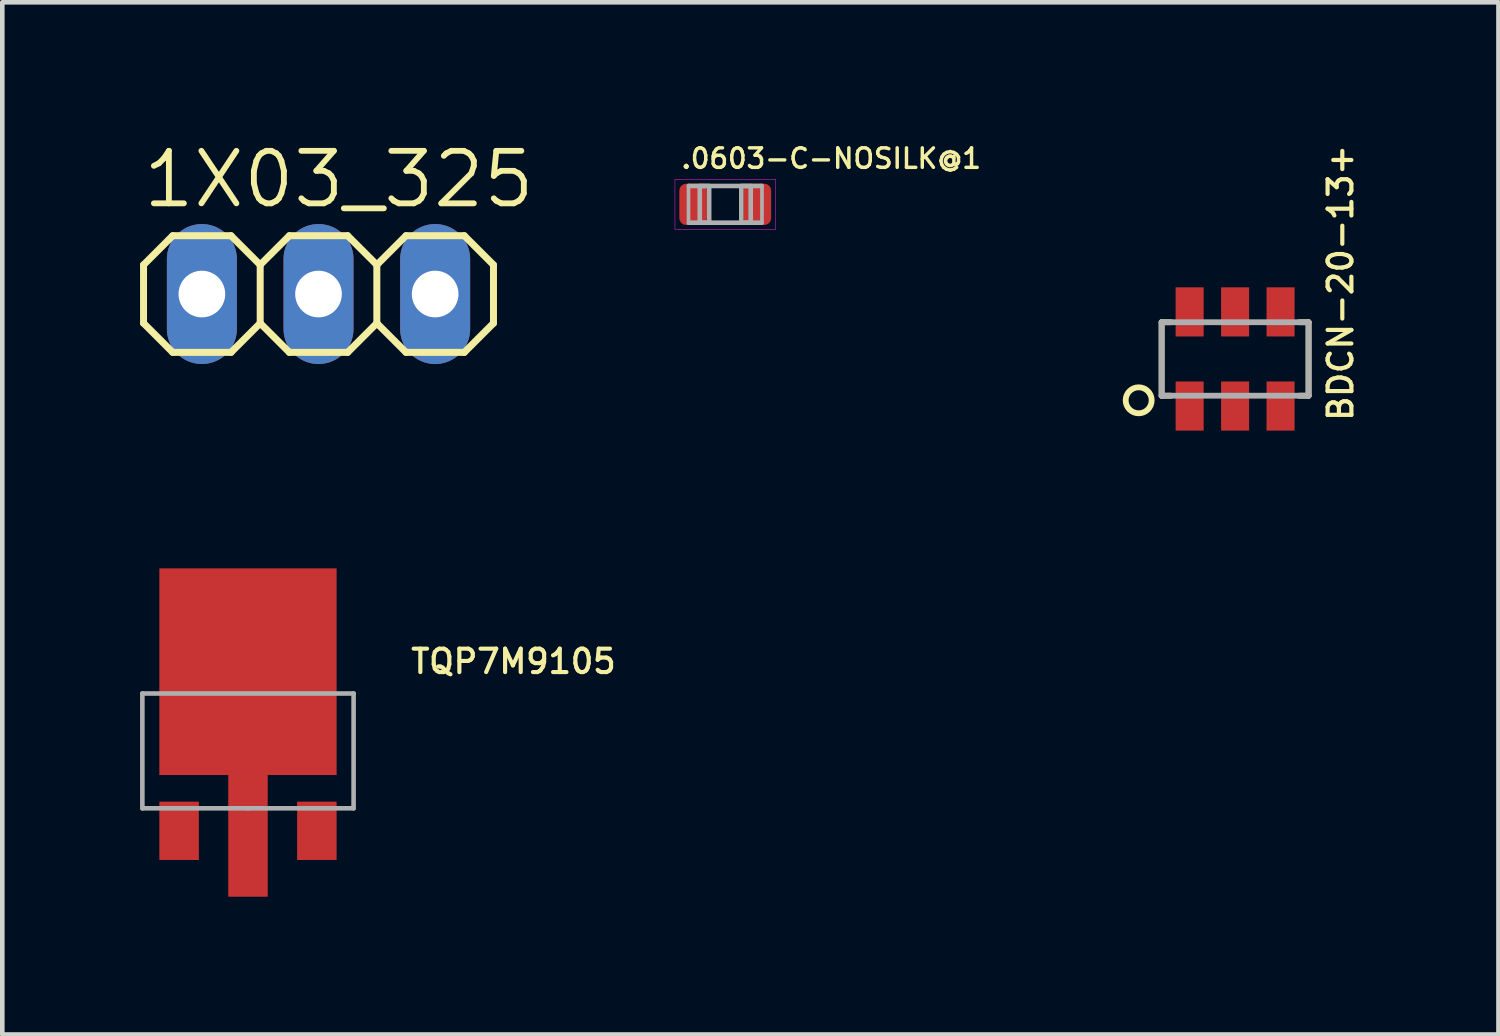
<source format=kicad_pcb>
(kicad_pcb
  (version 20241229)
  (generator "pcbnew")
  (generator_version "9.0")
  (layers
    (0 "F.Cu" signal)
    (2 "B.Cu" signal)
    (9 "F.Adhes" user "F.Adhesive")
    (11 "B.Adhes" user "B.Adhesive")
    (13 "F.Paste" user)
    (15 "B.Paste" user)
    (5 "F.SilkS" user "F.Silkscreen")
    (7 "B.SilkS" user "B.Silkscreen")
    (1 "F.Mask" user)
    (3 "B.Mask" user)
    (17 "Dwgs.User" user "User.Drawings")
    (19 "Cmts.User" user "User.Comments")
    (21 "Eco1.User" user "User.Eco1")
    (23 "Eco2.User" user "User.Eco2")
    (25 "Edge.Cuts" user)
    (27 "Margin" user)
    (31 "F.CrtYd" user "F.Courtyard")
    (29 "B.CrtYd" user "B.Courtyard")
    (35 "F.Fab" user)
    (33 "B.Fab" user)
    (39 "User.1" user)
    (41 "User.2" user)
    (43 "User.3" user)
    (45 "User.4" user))
  (footprint "BDCN-20-13+"
    (layer "F.Cu")
    (at 23.846 4.767)
    (property "Reference" "BDCN-20-13+" (at 2.6 1.4 90) (unlocked yes) (layer "F.SilkS") (effects (font (size 0.518 0.518) (thickness 0.091)) (justify left bottom)))
    (fp_line (start -1.6 -0.8) (end -1.6 0.8) (stroke (width 0.127) (type solid)) (layer "F.SilkS"))
    (fp_line (start -1.6 0.8) (end -1.4 0.8) (stroke (width 0.127) (type solid)) (layer "F.SilkS"))
    (fp_line (start -1.4 -0.8) (end -1.6 -0.8) (stroke (width 0.127) (type solid)) (layer "F.SilkS"))
    (fp_line (start 1.4 -0.8) (end 1.6 -0.8) (stroke (width 0.127) (type solid)) (layer "F.SilkS"))
    (fp_line (start 1.6 -0.8) (end 1.6 0.8) (stroke (width 0.127) (type solid)) (layer "F.SilkS"))
    (fp_line (start 1.6 0.8) (end 1.4 0.8) (stroke (width 0.127) (type solid)) (layer "F.SilkS"))
    (fp_circle (center -2.1 0.9) (end -1.817 0.9) (stroke (width 0.127) (type solid)) (fill no) (layer "F.SilkS"))
    (fp_poly (pts (xy -1.25 1.15) (xy -0.75 1.15) (xy -0.75 0.55) (xy -1.25 0.55)) (stroke (width 0) (type default)) (fill yes) (layer "F.Paste"))
    (fp_poly (pts (xy -0.75 -1.15) (xy -1.25 -1.15) (xy -1.25 -0.55) (xy -0.75 -0.55)) (stroke (width 0) (type default)) (fill yes) (layer "F.Paste"))
    (fp_poly (pts (xy -0.25 1.15) (xy 0.25 1.15) (xy 0.25 0.55) (xy -0.25 0.55)) (stroke (width 0) (type default)) (fill yes) (layer "F.Paste"))
    (fp_poly (pts (xy 0.25 -1.15) (xy -0.25 -1.15) (xy -0.25 -0.55) (xy 0.25 -0.55)) (stroke (width 0) (type default)) (fill yes) (layer "F.Paste"))
    (fp_poly (pts (xy 0.75 1.15) (xy 1.25 1.15) (xy 1.25 0.55) (xy 0.75 0.55)) (stroke (width 0) (type default)) (fill yes) (layer "F.Paste"))
    (fp_poly (pts (xy 1.25 -1.15) (xy 0.75 -1.15) (xy 0.75 -0.55) (xy 1.25 -0.55)) (stroke (width 0) (type default)) (fill yes) (layer "F.Paste"))
    (fp_line (start -1.6 -0.8) (end -1.6 0.8) (stroke (width 0.127) (type solid)) (layer "F.Fab"))
    (fp_line (start -1.6 0.8) (end 1.6 0.8) (stroke (width 0.127) (type solid)) (layer "F.Fab"))
    (fp_line (start 1.6 -0.8) (end -1.6 -0.8) (stroke (width 0.127) (type solid)) (layer "F.Fab"))
    (fp_line (start 1.6 0.8) (end 1.6 -0.8) (stroke (width 0.127) (type solid)) (layer "F.Fab"))
    (pad "1" smd rect (at -0.99 1.025) (size 0.61 1.07) (layers "F.Cu" "F.Mask"))
    (pad "2" smd rect (at 0 1.025) (size 0.61 1.07) (layers "F.Cu" "F.Mask"))
    (pad "3" smd rect (at 0.99 1.025) (size 0.61 1.07) (layers "F.Cu" "F.Mask"))
    (pad "4" smd rect (at 0.99 -1.025 180) (size 0.61 1.07) (layers "F.Cu" "F.Mask"))
    (pad "5" smd rect (at 0 -1.025 180) (size 0.61 1.07) (layers "F.Cu" "F.Mask"))
    (pad "6" smd rect (at -0.99 -1.025 180) (size 0.61 1.07) (layers "F.Cu" "F.Mask")))
  (footprint "TQP7M9105"
    (layer "F.Cu")
    (at 2.35 15.152)
    (property "Reference" "TQP7M9105" (at 3.5 -3.5 0) (unlocked yes) (layer "F.SilkS") (effects (font (size 0.51 0.51) (thickness 0.09)) (justify left bottom)))
    (fp_poly (pts (xy -2 -1.2) (xy 2 -1.2) (xy 2 -3.3) (xy -2 -3.3)) (stroke (width 0) (type default)) (fill yes) (layer "F.Mask"))
    (fp_poly (pts (xy -1 -3.3) (xy 1 -3.3) (xy 1 -4) (xy -1 -4)) (stroke (width 0) (type default)) (fill yes) (layer "F.Mask"))
    (fp_poly (pts (xy -0.55 0.7) (xy 0.55 0.7) (xy 0.55 -1.2) (xy -0.55 -1.2)) (stroke (width 0) (type default)) (fill yes) (layer "F.Mask"))
    (fp_poly (pts (xy -0.7 -2) (xy 0.7 -2) (xy 0.7 -3.6) (xy -0.7 -3.6)) (stroke (width 0) (type default)) (fill yes) (layer "F.Paste"))
    (fp_poly (pts (xy -0.4 0.5) (xy 0.4 0.5) (xy 0.4 -1.8) (xy -0.4 -1.8)) (stroke (width 0) (type default)) (fill yes) (layer "F.Paste"))
    (fp_line (start -2.3 -3.1) (end -2.3 -0.6) (stroke (width 0.1) (type solid)) (layer "F.Fab"))
    (fp_line (start -2.3 -0.6) (end 0 -0.6) (stroke (width 0.1) (type solid)) (layer "F.Fab"))
    (fp_line (start 0 -0.6) (end 2.3 -0.6) (stroke (width 0.1) (type solid)) (layer "F.Fab"))
    (fp_line (start 2.3 -3.1) (end -2.3 -3.1) (stroke (width 0.1) (type solid)) (layer "F.Fab"))
    (fp_line (start 2.3 -0.6) (end 2.3 -3.1) (stroke (width 0.1) (type solid)) (layer "F.Fab"))
    (pad "1" smd rect (at -1.5 -0.11) (size 0.86 1.27) (layers "F.Cu" "F.Mask" "F.Paste"))
    (pad "2" smd rect (at 0 0) (size 0.86 2.65) (layers "F.Cu"))
    (pad "3" smd rect (at 1.5 -0.11) (size 0.86 1.27) (layers "F.Cu" "F.Mask" "F.Paste"))
    (pad "PAD" smd rect (at 0 -3.575) (size 3.86 4.5) (layers "F.Cu")))
  (footprint ".0603-C-NOSILK@1"
    (layer "F.Cu")
    (at 12.743 1.4)
    (property "Reference" ".0603-C-NOSILK@1" (at -1 -0.75 0) (unlocked yes) (layer "F.SilkS") (effects (font (size 0.425 0.425) (thickness 0.075)) (justify left bottom)))
    (fp_line (start -0.845 -0.295) (end -0.845 0.295) (stroke (width 0.43) (type solid)) (layer "F.Mask"))
    (fp_line (start -0.555 -0.295) (end -0.845 -0.295) (stroke (width 0.43) (type solid)) (layer "F.Mask"))
    (fp_line (start -0.555 -0.295) (end -0.555 0.295) (stroke (width 0.43) (type solid)) (layer "F.Mask"))
    (fp_line (start -0.555 0.295) (end -0.845 0.295) (stroke (width 0.43) (type solid)) (layer "F.Mask"))
    (fp_line (start 0.555 -0.295) (end 0.555 0.295) (stroke (width 0.43) (type solid)) (layer "F.Mask"))
    (fp_line (start 0.845 -0.295) (end 0.555 -0.295) (stroke (width 0.43) (type solid)) (layer "F.Mask"))
    (fp_line (start 0.845 -0.295) (end 0.845 0.295) (stroke (width 0.43) (type solid)) (layer "F.Mask"))
    (fp_line (start 0.845 0.295) (end 0.555 0.295) (stroke (width 0.43) (type solid)) (layer "F.Mask"))
    (fp_line (start -1.095 -0.545) (end -1.095 0.545) (stroke (width 0.01) (type solid)) (layer "F.CrtYd"))
    (fp_line (start -1.095 0.545) (end 1.095 0.545) (stroke (width 0.01) (type solid)) (layer "F.CrtYd"))
    (fp_line (start 1.095 -0.545) (end -1.095 -0.545) (stroke (width 0.01) (type solid)) (layer "F.CrtYd"))
    (fp_line (start 1.095 0.545) (end 1.095 -0.545) (stroke (width 0.01) (type solid)) (layer "F.CrtYd"))
    (fp_line (start -0.8 0.41) (end -0.8 -0.41) (stroke (width 0.08) (type solid)) (layer "F.Fab"))
    (fp_line (start -0.79 -0.4) (end 0.79 -0.4) (stroke (width 0.1) (type solid)) (layer "F.Fab"))
    (fp_line (start 0.79 0.4) (end -0.79 0.4) (stroke (width 0.1) (type solid)) (layer "F.Fab"))
    (fp_line (start 0.8 -0.41) (end 0.8 0.41) (stroke (width 0.08) (type solid)) (layer "F.Fab"))
    (fp_poly (pts (xy -0.555 0.4) (xy -0.35 0.4) (xy -0.35 -0.4) (xy -0.555 -0.4)) (stroke (width 0.1) (type default)) (fill no) (layer "F.Fab"))
    (fp_poly (pts (xy 0.35 0.4) (xy 0.555 0.4) (xy 0.555 -0.4) (xy 0.35 -0.4)) (stroke (width 0.1) (type default)) (fill no) (layer "F.Fab"))
    (pad "1" smd roundrect (at -0.7 0) (size 0.6 0.9) (layers "F.Cu" "F.Paste") (roundrect_rratio 0.25))
    (pad "2" smd roundrect (at 0.7 0) (size 0.6 0.9) (layers "F.Cu" "F.Paste") (roundrect_rratio 0.25)))
  (footprint "1X03_325"
    (layer "F.Cu")
    (at 3.886 3.353)
    (property "Reference" "1X03_325" (at -3.886 -1.829 0) (unlocked yes) (layer "F.SilkS") (effects (font (size 1.143 1.143) (thickness 0.127)) (justify left bottom)))
    (fp_line (start -3.81 -0.635) (end -3.81 0.635) (stroke (width 0.152) (type solid)) (layer "F.SilkS"))
    (fp_line (start -3.81 0.635) (end -3.175 1.27) (stroke (width 0.152) (type solid)) (layer "F.SilkS"))
    (fp_line (start -3.175 -1.27) (end -3.81 -0.635) (stroke (width 0.152) (type solid)) (layer "F.SilkS"))
    (fp_line (start -3.175 -1.27) (end -1.905 -1.27) (stroke (width 0.152) (type solid)) (layer "F.SilkS"))
    (fp_line (start -1.905 -1.27) (end -1.27 -0.635) (stroke (width 0.152) (type solid)) (layer "F.SilkS"))
    (fp_line (start -1.905 1.27) (end -3.175 1.27) (stroke (width 0.152) (type solid)) (layer "F.SilkS"))
    (fp_line (start -1.27 -0.635) (end -1.27 0.635) (stroke (width 0.152) (type solid)) (layer "F.SilkS"))
    (fp_line (start -1.27 -0.635) (end -0.635 -1.27) (stroke (width 0.152) (type solid)) (layer "F.SilkS"))
    (fp_line (start -1.27 0.635) (end -1.905 1.27) (stroke (width 0.152) (type solid)) (layer "F.SilkS"))
    (fp_line (start -0.635 -1.27) (end 0.635 -1.27) (stroke (width 0.152) (type solid)) (layer "F.SilkS"))
    (fp_line (start -0.635 1.27) (end -1.27 0.635) (stroke (width 0.152) (type solid)) (layer "F.SilkS"))
    (fp_line (start 0.635 -1.27) (end 1.27 -0.635) (stroke (width 0.152) (type solid)) (layer "F.SilkS"))
    (fp_line (start 0.635 1.27) (end -0.635 1.27) (stroke (width 0.152) (type solid)) (layer "F.SilkS"))
    (fp_line (start 1.27 -0.635) (end 1.27 0.635) (stroke (width 0.152) (type solid)) (layer "F.SilkS"))
    (fp_line (start 1.27 -0.635) (end 1.905 -1.27) (stroke (width 0.152) (type solid)) (layer "F.SilkS"))
    (fp_line (start 1.27 0.635) (end 0.635 1.27) (stroke (width 0.152) (type solid)) (layer "F.SilkS"))
    (fp_line (start 1.905 -1.27) (end 3.175 -1.27) (stroke (width 0.152) (type solid)) (layer "F.SilkS"))
    (fp_line (start 1.905 1.27) (end 1.27 0.635) (stroke (width 0.152) (type solid)) (layer "F.SilkS"))
    (fp_line (start 3.175 -1.27) (end 3.81 -0.635) (stroke (width 0.152) (type solid)) (layer "F.SilkS"))
    (fp_line (start 3.175 1.27) (end 1.905 1.27) (stroke (width 0.152) (type solid)) (layer "F.SilkS"))
    (fp_line (start 3.81 -0.635) (end 3.81 0.635) (stroke (width 0.152) (type solid)) (layer "F.SilkS"))
    (fp_line (start 3.81 0.635) (end 3.175 1.27) (stroke (width 0.152) (type solid)) (layer "F.SilkS"))
    (fp_poly (pts (xy -2.794 0.254) (xy -2.286 0.254) (xy -2.286 -0.254) (xy -2.794 -0.254)) (stroke (width 0.1) (type default)) (fill no) (layer "F.Fab"))
    (fp_poly (pts (xy -0.254 0.254) (xy 0.254 0.254) (xy 0.254 -0.254) (xy -0.254 -0.254)) (stroke (width 0.1) (type default)) (fill no) (layer "F.Fab"))
    (fp_poly (pts (xy 2.286 0.254) (xy 2.794 0.254) (xy 2.794 -0.254) (xy 2.286 -0.254)) (stroke (width 0.1) (type default)) (fill no) (layer "F.Fab"))
    (pad "1" thru_hole oval (at -2.54 0 90) (size 3.048 1.524) (drill 1.016) (layers "*.Cu" "*.Mask"))
    (pad "2" thru_hole oval (at 0 0 90) (size 3.048 1.524) (drill 1.016) (layers "*.Cu" "*.Mask"))
    (pad "3" thru_hole oval (at 2.54 0 90) (size 3.048 1.524) (drill 1.016) (layers "*.Cu" "*.Mask")))
  (gr_rect
    (start -3 -3)
    (end 29.581 19.477)
    (stroke (width 0.1) (type default))
    (fill no)
    (layer "Edge.Cuts")))
</source>
